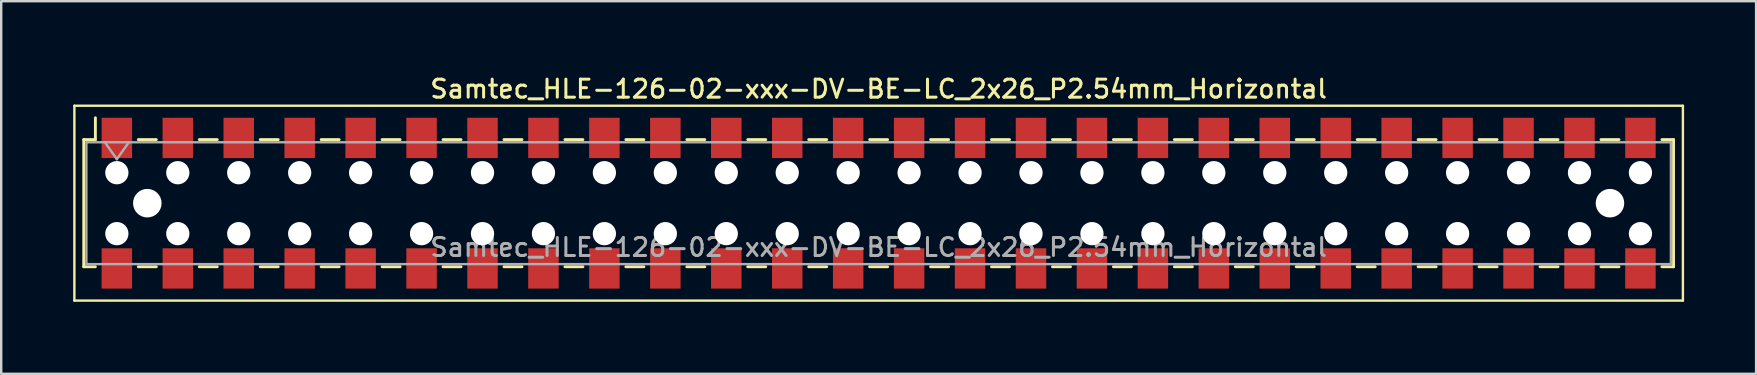
<source format=kicad_pcb>
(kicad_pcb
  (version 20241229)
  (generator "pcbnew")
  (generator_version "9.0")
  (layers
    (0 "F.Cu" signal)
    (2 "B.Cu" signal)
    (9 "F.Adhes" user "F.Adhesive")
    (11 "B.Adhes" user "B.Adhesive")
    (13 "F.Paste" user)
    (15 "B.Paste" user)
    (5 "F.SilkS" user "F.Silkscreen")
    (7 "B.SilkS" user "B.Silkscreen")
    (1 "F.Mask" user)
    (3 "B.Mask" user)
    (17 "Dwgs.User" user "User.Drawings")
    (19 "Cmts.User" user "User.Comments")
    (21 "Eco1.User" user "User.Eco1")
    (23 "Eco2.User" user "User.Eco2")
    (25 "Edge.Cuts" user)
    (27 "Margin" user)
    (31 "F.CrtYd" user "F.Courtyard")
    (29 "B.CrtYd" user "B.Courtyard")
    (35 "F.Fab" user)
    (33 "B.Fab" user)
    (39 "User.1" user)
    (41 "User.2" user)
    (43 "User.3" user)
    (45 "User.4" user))
  (footprint "Samtec_HLE-126-02-xxx-DV-BE-LC_2x26_P2.54mm_Horizontal"
    (layer "F.Cu")
    (at 33.57 5.418)
    (property "Reference" "Samtec_HLE-126-02-xxx-DV-BE-LC_2x26_P2.54mm_Horizontal" (at 0 -4.76 0) (layer "F.SilkS") (effects (font (size 0.75 0.75) (thickness 0.125))))
    (attr smd)
    (fp_line (start -33.52 -4.06) (end 33.52 -4.06) (stroke (width 0.1) (type solid)) (layer "F.SilkS"))
    (fp_line (start -33.52 4.06) (end -33.52 -4.06) (stroke (width 0.1) (type solid)) (layer "F.SilkS"))
    (fp_line (start -33.13 -2.65) (end -33.13 2.65) (stroke (width 0.12) (type solid)) (layer "F.SilkS"))
    (fp_line (start -33.13 2.65) (end -32.645 2.65) (stroke (width 0.12) (type solid)) (layer "F.SilkS"))
    (fp_line (start -32.645 -3.56) (end -32.645 -2.65) (stroke (width 0.12) (type solid)) (layer "F.SilkS"))
    (fp_line (start -32.645 -2.65) (end -33.13 -2.65) (stroke (width 0.12) (type solid)) (layer "F.SilkS"))
    (fp_line (start -30.855 -2.65) (end -30.105 -2.65) (stroke (width 0.12) (type solid)) (layer "F.SilkS"))
    (fp_line (start -30.855 2.65) (end -30.105 2.65) (stroke (width 0.12) (type solid)) (layer "F.SilkS"))
    (fp_line (start -28.315 -2.65) (end -27.565 -2.65) (stroke (width 0.12) (type solid)) (layer "F.SilkS"))
    (fp_line (start -28.315 2.65) (end -27.565 2.65) (stroke (width 0.12) (type solid)) (layer "F.SilkS"))
    (fp_line (start -25.775 -2.65) (end -25.025 -2.65) (stroke (width 0.12) (type solid)) (layer "F.SilkS"))
    (fp_line (start -25.775 2.65) (end -25.025 2.65) (stroke (width 0.12) (type solid)) (layer "F.SilkS"))
    (fp_line (start -23.235 -2.65) (end -22.485 -2.65) (stroke (width 0.12) (type solid)) (layer "F.SilkS"))
    (fp_line (start -23.235 2.65) (end -22.485 2.65) (stroke (width 0.12) (type solid)) (layer "F.SilkS"))
    (fp_line (start -20.695 -2.65) (end -19.945 -2.65) (stroke (width 0.12) (type solid)) (layer "F.SilkS"))
    (fp_line (start -20.695 2.65) (end -19.945 2.65) (stroke (width 0.12) (type solid)) (layer "F.SilkS"))
    (fp_line (start -18.155 -2.65) (end -17.405 -2.65) (stroke (width 0.12) (type solid)) (layer "F.SilkS"))
    (fp_line (start -18.155 2.65) (end -17.405 2.65) (stroke (width 0.12) (type solid)) (layer "F.SilkS"))
    (fp_line (start -15.615 -2.65) (end -14.865 -2.65) (stroke (width 0.12) (type solid)) (layer "F.SilkS"))
    (fp_line (start -15.615 2.65) (end -14.865 2.65) (stroke (width 0.12) (type solid)) (layer "F.SilkS"))
    (fp_line (start -13.075 -2.65) (end -12.325 -2.65) (stroke (width 0.12) (type solid)) (layer "F.SilkS"))
    (fp_line (start -13.075 2.65) (end -12.325 2.65) (stroke (width 0.12) (type solid)) (layer "F.SilkS"))
    (fp_line (start -10.535 -2.65) (end -9.785 -2.65) (stroke (width 0.12) (type solid)) (layer "F.SilkS"))
    (fp_line (start -10.535 2.65) (end -9.785 2.65) (stroke (width 0.12) (type solid)) (layer "F.SilkS"))
    (fp_line (start -7.995 -2.65) (end -7.245 -2.65) (stroke (width 0.12) (type solid)) (layer "F.SilkS"))
    (fp_line (start -7.995 2.65) (end -7.245 2.65) (stroke (width 0.12) (type solid)) (layer "F.SilkS"))
    (fp_line (start -5.455 -2.65) (end -4.705 -2.65) (stroke (width 0.12) (type solid)) (layer "F.SilkS"))
    (fp_line (start -5.455 2.65) (end -4.705 2.65) (stroke (width 0.12) (type solid)) (layer "F.SilkS"))
    (fp_line (start -2.915 -2.65) (end -2.165 -2.65) (stroke (width 0.12) (type solid)) (layer "F.SilkS"))
    (fp_line (start -2.915 2.65) (end -2.165 2.65) (stroke (width 0.12) (type solid)) (layer "F.SilkS"))
    (fp_line (start -0.375 -2.65) (end 0.375 -2.65) (stroke (width 0.12) (type solid)) (layer "F.SilkS"))
    (fp_line (start -0.375 2.65) (end 0.375 2.65) (stroke (width 0.12) (type solid)) (layer "F.SilkS"))
    (fp_line (start 2.165 -2.65) (end 2.915 -2.65) (stroke (width 0.12) (type solid)) (layer "F.SilkS"))
    (fp_line (start 2.165 2.65) (end 2.915 2.65) (stroke (width 0.12) (type solid)) (layer "F.SilkS"))
    (fp_line (start 4.705 -2.65) (end 5.455 -2.65) (stroke (width 0.12) (type solid)) (layer "F.SilkS"))
    (fp_line (start 4.705 2.65) (end 5.455 2.65) (stroke (width 0.12) (type solid)) (layer "F.SilkS"))
    (fp_line (start 7.245 -2.65) (end 7.995 -2.65) (stroke (width 0.12) (type solid)) (layer "F.SilkS"))
    (fp_line (start 7.245 2.65) (end 7.995 2.65) (stroke (width 0.12) (type solid)) (layer "F.SilkS"))
    (fp_line (start 9.785 -2.65) (end 10.535 -2.65) (stroke (width 0.12) (type solid)) (layer "F.SilkS"))
    (fp_line (start 9.785 2.65) (end 10.535 2.65) (stroke (width 0.12) (type solid)) (layer "F.SilkS"))
    (fp_line (start 12.325 -2.65) (end 13.075 -2.65) (stroke (width 0.12) (type solid)) (layer "F.SilkS"))
    (fp_line (start 12.325 2.65) (end 13.075 2.65) (stroke (width 0.12) (type solid)) (layer "F.SilkS"))
    (fp_line (start 14.865 -2.65) (end 15.615 -2.65) (stroke (width 0.12) (type solid)) (layer "F.SilkS"))
    (fp_line (start 14.865 2.65) (end 15.615 2.65) (stroke (width 0.12) (type solid)) (layer "F.SilkS"))
    (fp_line (start 17.405 -2.65) (end 18.155 -2.65) (stroke (width 0.12) (type solid)) (layer "F.SilkS"))
    (fp_line (start 17.405 2.65) (end 18.155 2.65) (stroke (width 0.12) (type solid)) (layer "F.SilkS"))
    (fp_line (start 19.945 -2.65) (end 20.695 -2.65) (stroke (width 0.12) (type solid)) (layer "F.SilkS"))
    (fp_line (start 19.945 2.65) (end 20.695 2.65) (stroke (width 0.12) (type solid)) (layer "F.SilkS"))
    (fp_line (start 22.485 -2.65) (end 23.235 -2.65) (stroke (width 0.12) (type solid)) (layer "F.SilkS"))
    (fp_line (start 22.485 2.65) (end 23.235 2.65) (stroke (width 0.12) (type solid)) (layer "F.SilkS"))
    (fp_line (start 25.025 -2.65) (end 25.775 -2.65) (stroke (width 0.12) (type solid)) (layer "F.SilkS"))
    (fp_line (start 25.025 2.65) (end 25.775 2.65) (stroke (width 0.12) (type solid)) (layer "F.SilkS"))
    (fp_line (start 27.565 -2.65) (end 28.315 -2.65) (stroke (width 0.12) (type solid)) (layer "F.SilkS"))
    (fp_line (start 27.565 2.65) (end 28.315 2.65) (stroke (width 0.12) (type solid)) (layer "F.SilkS"))
    (fp_line (start 30.105 -2.65) (end 30.855 -2.65) (stroke (width 0.12) (type solid)) (layer "F.SilkS"))
    (fp_line (start 30.105 2.65) (end 30.855 2.65) (stroke (width 0.12) (type solid)) (layer "F.SilkS"))
    (fp_line (start 32.645 -2.65) (end 33.13 -2.65) (stroke (width 0.12) (type solid)) (layer "F.SilkS"))
    (fp_line (start 33.13 -2.65) (end 33.13 2.65) (stroke (width 0.12) (type solid)) (layer "F.SilkS"))
    (fp_line (start 33.13 2.65) (end 32.645 2.65) (stroke (width 0.12) (type solid)) (layer "F.SilkS"))
    (fp_line (start 33.52 -4.06) (end 33.52 4.06) (stroke (width 0.1) (type solid)) (layer "F.SilkS"))
    (fp_line (start 33.52 4.06) (end -33.52 4.06) (stroke (width 0.1) (type solid)) (layer "F.SilkS"))
    (fp_line (start -33.02 -2.54) (end 33.02 -2.54) (stroke (width 0.1) (type solid)) (layer "F.Fab"))
    (fp_line (start -33.02 2.54) (end -33.02 -2.54) (stroke (width 0.1) (type solid)) (layer "F.Fab"))
    (fp_line (start -32.25 -2.54) (end -31.75 -1.833) (stroke (width 0.1) (type solid)) (layer "F.Fab"))
    (fp_line (start -31.75 -1.833) (end -31.25 -2.54) (stroke (width 0.1) (type solid)) (layer "F.Fab"))
    (fp_line (start 33.02 -2.54) (end 33.02 2.54) (stroke (width 0.1) (type solid)) (layer "F.Fab"))
    (fp_line (start 33.02 2.54) (end -33.02 2.54) (stroke (width 0.1) (type solid)) (layer "F.Fab"))
    (fp_text user "${REFERENCE}" (at 0 1.84 0) (layer "F.Fab") (effects (font (size 0.75 0.75) (thickness 0.125))))
    (pad "" np_thru_hole circle (at -31.75 -1.27) (size 0.97 0.97) (drill 0.97) (layers "*.Cu" "*.Mask"))
    (pad "" np_thru_hole circle (at -31.75 1.27) (size 0.97 0.97) (drill 0.97) (layers "*.Cu" "*.Mask"))
    (pad "" np_thru_hole circle (at -30.48 0) (size 1.19 1.19) (drill 1.19) (layers "*.Cu" "*.Mask"))
    (pad "" np_thru_hole circle (at -29.21 -1.27) (size 0.97 0.97) (drill 0.97) (layers "*.Cu" "*.Mask"))
    (pad "" np_thru_hole circle (at -29.21 1.27) (size 0.97 0.97) (drill 0.97) (layers "*.Cu" "*.Mask"))
    (pad "" np_thru_hole circle (at -26.67 -1.27) (size 0.97 0.97) (drill 0.97) (layers "*.Cu" "*.Mask"))
    (pad "" np_thru_hole circle (at -26.67 1.27) (size 0.97 0.97) (drill 0.97) (layers "*.Cu" "*.Mask"))
    (pad "" np_thru_hole circle (at -24.13 -1.27) (size 0.97 0.97) (drill 0.97) (layers "*.Cu" "*.Mask"))
    (pad "" np_thru_hole circle (at -24.13 1.27) (size 0.97 0.97) (drill 0.97) (layers "*.Cu" "*.Mask"))
    (pad "" np_thru_hole circle (at -21.59 -1.27) (size 0.97 0.97) (drill 0.97) (layers "*.Cu" "*.Mask"))
    (pad "" np_thru_hole circle (at -21.59 1.27) (size 0.97 0.97) (drill 0.97) (layers "*.Cu" "*.Mask"))
    (pad "" np_thru_hole circle (at -19.05 -1.27) (size 0.97 0.97) (drill 0.97) (layers "*.Cu" "*.Mask"))
    (pad "" np_thru_hole circle (at -19.05 1.27) (size 0.97 0.97) (drill 0.97) (layers "*.Cu" "*.Mask"))
    (pad "" np_thru_hole circle (at -16.51 -1.27) (size 0.97 0.97) (drill 0.97) (layers "*.Cu" "*.Mask"))
    (pad "" np_thru_hole circle (at -16.51 1.27) (size 0.97 0.97) (drill 0.97) (layers "*.Cu" "*.Mask"))
    (pad "" np_thru_hole circle (at -13.97 -1.27) (size 0.97 0.97) (drill 0.97) (layers "*.Cu" "*.Mask"))
    (pad "" np_thru_hole circle (at -13.97 1.27) (size 0.97 0.97) (drill 0.97) (layers "*.Cu" "*.Mask"))
    (pad "" np_thru_hole circle (at -11.43 -1.27) (size 0.97 0.97) (drill 0.97) (layers "*.Cu" "*.Mask"))
    (pad "" np_thru_hole circle (at -11.43 1.27) (size 0.97 0.97) (drill 0.97) (layers "*.Cu" "*.Mask"))
    (pad "" np_thru_hole circle (at -8.89 -1.27) (size 0.97 0.97) (drill 0.97) (layers "*.Cu" "*.Mask"))
    (pad "" np_thru_hole circle (at -8.89 1.27) (size 0.97 0.97) (drill 0.97) (layers "*.Cu" "*.Mask"))
    (pad "" np_thru_hole circle (at -6.35 -1.27) (size 0.97 0.97) (drill 0.97) (layers "*.Cu" "*.Mask"))
    (pad "" np_thru_hole circle (at -6.35 1.27) (size 0.97 0.97) (drill 0.97) (layers "*.Cu" "*.Mask"))
    (pad "" np_thru_hole circle (at -3.81 -1.27) (size 0.97 0.97) (drill 0.97) (layers "*.Cu" "*.Mask"))
    (pad "" np_thru_hole circle (at -3.81 1.27) (size 0.97 0.97) (drill 0.97) (layers "*.Cu" "*.Mask"))
    (pad "" np_thru_hole circle (at -1.27 -1.27) (size 0.97 0.97) (drill 0.97) (layers "*.Cu" "*.Mask"))
    (pad "" np_thru_hole circle (at -1.27 1.27) (size 0.97 0.97) (drill 0.97) (layers "*.Cu" "*.Mask"))
    (pad "" np_thru_hole circle (at 1.27 -1.27) (size 0.97 0.97) (drill 0.97) (layers "*.Cu" "*.Mask"))
    (pad "" np_thru_hole circle (at 1.27 1.27) (size 0.97 0.97) (drill 0.97) (layers "*.Cu" "*.Mask"))
    (pad "" np_thru_hole circle (at 3.81 -1.27) (size 0.97 0.97) (drill 0.97) (layers "*.Cu" "*.Mask"))
    (pad "" np_thru_hole circle (at 3.81 1.27) (size 0.97 0.97) (drill 0.97) (layers "*.Cu" "*.Mask"))
    (pad "" np_thru_hole circle (at 6.35 -1.27) (size 0.97 0.97) (drill 0.97) (layers "*.Cu" "*.Mask"))
    (pad "" np_thru_hole circle (at 6.35 1.27) (size 0.97 0.97) (drill 0.97) (layers "*.Cu" "*.Mask"))
    (pad "" np_thru_hole circle (at 8.89 -1.27) (size 0.97 0.97) (drill 0.97) (layers "*.Cu" "*.Mask"))
    (pad "" np_thru_hole circle (at 8.89 1.27) (size 0.97 0.97) (drill 0.97) (layers "*.Cu" "*.Mask"))
    (pad "" np_thru_hole circle (at 11.43 -1.27) (size 0.97 0.97) (drill 0.97) (layers "*.Cu" "*.Mask"))
    (pad "" np_thru_hole circle (at 11.43 1.27) (size 0.97 0.97) (drill 0.97) (layers "*.Cu" "*.Mask"))
    (pad "" np_thru_hole circle (at 13.97 -1.27) (size 0.97 0.97) (drill 0.97) (layers "*.Cu" "*.Mask"))
    (pad "" np_thru_hole circle (at 13.97 1.27) (size 0.97 0.97) (drill 0.97) (layers "*.Cu" "*.Mask"))
    (pad "" np_thru_hole circle (at 16.51 -1.27) (size 0.97 0.97) (drill 0.97) (layers "*.Cu" "*.Mask"))
    (pad "" np_thru_hole circle (at 16.51 1.27) (size 0.97 0.97) (drill 0.97) (layers "*.Cu" "*.Mask"))
    (pad "" np_thru_hole circle (at 19.05 -1.27) (size 0.97 0.97) (drill 0.97) (layers "*.Cu" "*.Mask"))
    (pad "" np_thru_hole circle (at 19.05 1.27) (size 0.97 0.97) (drill 0.97) (layers "*.Cu" "*.Mask"))
    (pad "" np_thru_hole circle (at 21.59 -1.27) (size 0.97 0.97) (drill 0.97) (layers "*.Cu" "*.Mask"))
    (pad "" np_thru_hole circle (at 21.59 1.27) (size 0.97 0.97) (drill 0.97) (layers "*.Cu" "*.Mask"))
    (pad "" np_thru_hole circle (at 24.13 -1.27) (size 0.97 0.97) (drill 0.97) (layers "*.Cu" "*.Mask"))
    (pad "" np_thru_hole circle (at 24.13 1.27) (size 0.97 0.97) (drill 0.97) (layers "*.Cu" "*.Mask"))
    (pad "" np_thru_hole circle (at 26.67 -1.27) (size 0.97 0.97) (drill 0.97) (layers "*.Cu" "*.Mask"))
    (pad "" np_thru_hole circle (at 26.67 1.27) (size 0.97 0.97) (drill 0.97) (layers "*.Cu" "*.Mask"))
    (pad "" np_thru_hole circle (at 29.21 -1.27) (size 0.97 0.97) (drill 0.97) (layers "*.Cu" "*.Mask"))
    (pad "" np_thru_hole circle (at 29.21 1.27) (size 0.97 0.97) (drill 0.97) (layers "*.Cu" "*.Mask"))
    (pad "" np_thru_hole circle (at 30.48 0) (size 1.19 1.19) (drill 1.19) (layers "*.Cu" "*.Mask"))
    (pad "" np_thru_hole circle (at 31.75 -1.27) (size 0.97 0.97) (drill 0.97) (layers "*.Cu" "*.Mask"))
    (pad "" np_thru_hole circle (at 31.75 1.27) (size 0.97 0.97) (drill 0.97) (layers "*.Cu" "*.Mask"))
    (pad "1" smd rect (at -31.75 -2.72) (size 1.27 1.68) (layers "F.Cu" "F.Mask" "F.Paste"))
    (pad "2" smd rect (at -31.75 2.72) (size 1.27 1.68) (layers "F.Cu" "F.Mask" "F.Paste"))
    (pad "3" smd rect (at -29.21 -2.72) (size 1.27 1.68) (layers "F.Cu" "F.Mask" "F.Paste"))
    (pad "4" smd rect (at -29.21 2.72) (size 1.27 1.68) (layers "F.Cu" "F.Mask" "F.Paste"))
    (pad "5" smd rect (at -26.67 -2.72) (size 1.27 1.68) (layers "F.Cu" "F.Mask" "F.Paste"))
    (pad "6" smd rect (at -26.67 2.72) (size 1.27 1.68) (layers "F.Cu" "F.Mask" "F.Paste"))
    (pad "7" smd rect (at -24.13 -2.72) (size 1.27 1.68) (layers "F.Cu" "F.Mask" "F.Paste"))
    (pad "8" smd rect (at -24.13 2.72) (size 1.27 1.68) (layers "F.Cu" "F.Mask" "F.Paste"))
    (pad "9" smd rect (at -21.59 -2.72) (size 1.27 1.68) (layers "F.Cu" "F.Mask" "F.Paste"))
    (pad "10" smd rect (at -21.59 2.72) (size 1.27 1.68) (layers "F.Cu" "F.Mask" "F.Paste"))
    (pad "11" smd rect (at -19.05 -2.72) (size 1.27 1.68) (layers "F.Cu" "F.Mask" "F.Paste"))
    (pad "12" smd rect (at -19.05 2.72) (size 1.27 1.68) (layers "F.Cu" "F.Mask" "F.Paste"))
    (pad "13" smd rect (at -16.51 -2.72) (size 1.27 1.68) (layers "F.Cu" "F.Mask" "F.Paste"))
    (pad "14" smd rect (at -16.51 2.72) (size 1.27 1.68) (layers "F.Cu" "F.Mask" "F.Paste"))
    (pad "15" smd rect (at -13.97 -2.72) (size 1.27 1.68) (layers "F.Cu" "F.Mask" "F.Paste"))
    (pad "16" smd rect (at -13.97 2.72) (size 1.27 1.68) (layers "F.Cu" "F.Mask" "F.Paste"))
    (pad "17" smd rect (at -11.43 -2.72) (size 1.27 1.68) (layers "F.Cu" "F.Mask" "F.Paste"))
    (pad "18" smd rect (at -11.43 2.72) (size 1.27 1.68) (layers "F.Cu" "F.Mask" "F.Paste"))
    (pad "19" smd rect (at -8.89 -2.72) (size 1.27 1.68) (layers "F.Cu" "F.Mask" "F.Paste"))
    (pad "20" smd rect (at -8.89 2.72) (size 1.27 1.68) (layers "F.Cu" "F.Mask" "F.Paste"))
    (pad "21" smd rect (at -6.35 -2.72) (size 1.27 1.68) (layers "F.Cu" "F.Mask" "F.Paste"))
    (pad "22" smd rect (at -6.35 2.72) (size 1.27 1.68) (layers "F.Cu" "F.Mask" "F.Paste"))
    (pad "23" smd rect (at -3.81 -2.72) (size 1.27 1.68) (layers "F.Cu" "F.Mask" "F.Paste"))
    (pad "24" smd rect (at -3.81 2.72) (size 1.27 1.68) (layers "F.Cu" "F.Mask" "F.Paste"))
    (pad "25" smd rect (at -1.27 -2.72) (size 1.27 1.68) (layers "F.Cu" "F.Mask" "F.Paste"))
    (pad "26" smd rect (at -1.27 2.72) (size 1.27 1.68) (layers "F.Cu" "F.Mask" "F.Paste"))
    (pad "27" smd rect (at 1.27 -2.72) (size 1.27 1.68) (layers "F.Cu" "F.Mask" "F.Paste"))
    (pad "28" smd rect (at 1.27 2.72) (size 1.27 1.68) (layers "F.Cu" "F.Mask" "F.Paste"))
    (pad "29" smd rect (at 3.81 -2.72) (size 1.27 1.68) (layers "F.Cu" "F.Mask" "F.Paste"))
    (pad "30" smd rect (at 3.81 2.72) (size 1.27 1.68) (layers "F.Cu" "F.Mask" "F.Paste"))
    (pad "31" smd rect (at 6.35 -2.72) (size 1.27 1.68) (layers "F.Cu" "F.Mask" "F.Paste"))
    (pad "32" smd rect (at 6.35 2.72) (size 1.27 1.68) (layers "F.Cu" "F.Mask" "F.Paste"))
    (pad "33" smd rect (at 8.89 -2.72) (size 1.27 1.68) (layers "F.Cu" "F.Mask" "F.Paste"))
    (pad "34" smd rect (at 8.89 2.72) (size 1.27 1.68) (layers "F.Cu" "F.Mask" "F.Paste"))
    (pad "35" smd rect (at 11.43 -2.72) (size 1.27 1.68) (layers "F.Cu" "F.Mask" "F.Paste"))
    (pad "36" smd rect (at 11.43 2.72) (size 1.27 1.68) (layers "F.Cu" "F.Mask" "F.Paste"))
    (pad "37" smd rect (at 13.97 -2.72) (size 1.27 1.68) (layers "F.Cu" "F.Mask" "F.Paste"))
    (pad "38" smd rect (at 13.97 2.72) (size 1.27 1.68) (layers "F.Cu" "F.Mask" "F.Paste"))
    (pad "39" smd rect (at 16.51 -2.72) (size 1.27 1.68) (layers "F.Cu" "F.Mask" "F.Paste"))
    (pad "40" smd rect (at 16.51 2.72) (size 1.27 1.68) (layers "F.Cu" "F.Mask" "F.Paste"))
    (pad "41" smd rect (at 19.05 -2.72) (size 1.27 1.68) (layers "F.Cu" "F.Mask" "F.Paste"))
    (pad "42" smd rect (at 19.05 2.72) (size 1.27 1.68) (layers "F.Cu" "F.Mask" "F.Paste"))
    (pad "43" smd rect (at 21.59 -2.72) (size 1.27 1.68) (layers "F.Cu" "F.Mask" "F.Paste"))
    (pad "44" smd rect (at 21.59 2.72) (size 1.27 1.68) (layers "F.Cu" "F.Mask" "F.Paste"))
    (pad "45" smd rect (at 24.13 -2.72) (size 1.27 1.68) (layers "F.Cu" "F.Mask" "F.Paste"))
    (pad "46" smd rect (at 24.13 2.72) (size 1.27 1.68) (layers "F.Cu" "F.Mask" "F.Paste"))
    (pad "47" smd rect (at 26.67 -2.72) (size 1.27 1.68) (layers "F.Cu" "F.Mask" "F.Paste"))
    (pad "48" smd rect (at 26.67 2.72) (size 1.27 1.68) (layers "F.Cu" "F.Mask" "F.Paste"))
    (pad "49" smd rect (at 29.21 -2.72) (size 1.27 1.68) (layers "F.Cu" "F.Mask" "F.Paste"))
    (pad "50" smd rect (at 29.21 2.72) (size 1.27 1.68) (layers "F.Cu" "F.Mask" "F.Paste"))
    (pad "51" smd rect (at 31.75 -2.72) (size 1.27 1.68) (layers "F.Cu" "F.Mask" "F.Paste"))
    (pad "52" smd rect (at 31.75 2.72) (size 1.27 1.68) (layers "F.Cu" "F.Mask" "F.Paste")))
  (gr_rect
    (start -3 -3)
    (end 70.14 12.528)
    (stroke (width 0.1) (type default))
    (fill no)
    (layer "Edge.Cuts")))
</source>
